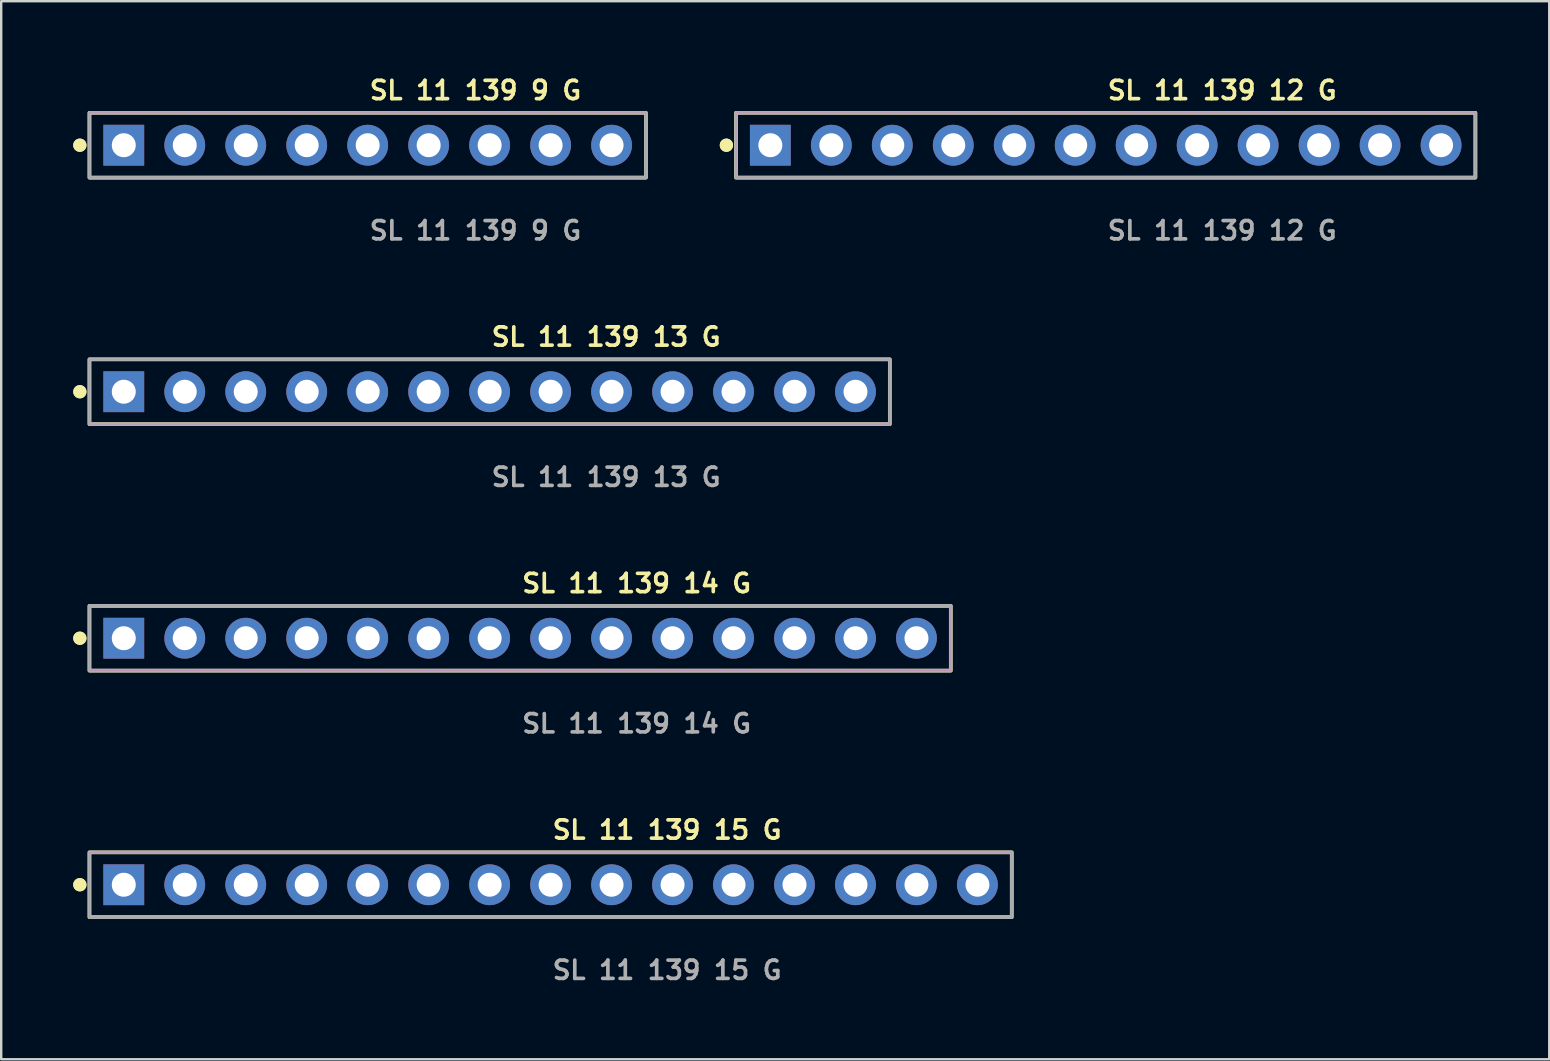
<source format=kicad_pcb>
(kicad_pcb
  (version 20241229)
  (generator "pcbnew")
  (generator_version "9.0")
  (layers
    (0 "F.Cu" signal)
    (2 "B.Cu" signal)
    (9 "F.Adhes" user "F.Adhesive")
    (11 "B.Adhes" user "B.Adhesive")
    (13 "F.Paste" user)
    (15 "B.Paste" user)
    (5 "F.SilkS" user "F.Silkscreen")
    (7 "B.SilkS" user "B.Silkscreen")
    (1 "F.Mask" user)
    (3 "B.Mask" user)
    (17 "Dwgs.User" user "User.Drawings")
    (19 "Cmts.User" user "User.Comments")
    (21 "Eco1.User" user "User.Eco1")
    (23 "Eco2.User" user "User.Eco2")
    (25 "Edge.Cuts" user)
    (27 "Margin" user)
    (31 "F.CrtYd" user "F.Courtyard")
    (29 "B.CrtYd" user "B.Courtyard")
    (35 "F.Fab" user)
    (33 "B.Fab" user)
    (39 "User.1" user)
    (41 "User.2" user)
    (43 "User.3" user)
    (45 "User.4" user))
  (footprint "SL 11 139 15 G"
    (layer "F.Cu")
    (at 19.886 33.805)
    (property "Reference" "SL 11 139 15 G" (at 0 -2.286 0) (unlocked yes) (layer "F.SilkS") (effects (font (size 0.762 0.762) (thickness 0.152)) (justify left)))
    (fp_rect (start -19.21 1.35) (end 19.21 -1.35) (stroke (width 0.152) (type solid)) (fill no) (layer "F.SilkS"))
    (fp_circle (center -19.61 0) (end -19.81 0) (stroke (width 0.152) (type solid)) (fill yes) (layer "F.SilkS"))
    (fp_circle (center -19.61 0) (end -19.81 0) (stroke (width 0.152) (type solid)) (fill yes) (layer "F.SilkS"))
    (fp_rect (start -19.21 1.35) (end 19.21 -1.35) (stroke (width 0.006) (type solid)) (fill no) (layer "F.CrtYd"))
    (fp_rect (start -19.21 1.35) (end 19.21 -1.35) (stroke (width 0.152) (type solid)) (fill no) (layer "F.Fab"))
    (fp_text user "${REFERENCE}" (at 0 3.556 0) (unlocked yes) (layer "F.Fab") (effects (font (size 0.762 0.762) (thickness 0.152)) (justify left)))
    (pad "1" thru_hole rect (at -17.78 0) (size 1.7 1.7) (drill 1) (layers "*.Cu" "*.Mask"))
    (pad "2" thru_hole circle (at -15.24 0) (size 1.7 1.7) (drill 1) (layers "*.Cu" "*.Mask"))
    (pad "3" thru_hole circle (at -12.7 0) (size 1.7 1.7) (drill 1) (layers "*.Cu" "*.Mask"))
    (pad "4" thru_hole circle (at -10.16 0) (size 1.7 1.7) (drill 1) (layers "*.Cu" "*.Mask"))
    (pad "5" thru_hole circle (at -7.62 0) (size 1.7 1.7) (drill 1) (layers "*.Cu" "*.Mask"))
    (pad "6" thru_hole circle (at -5.08 0) (size 1.7 1.7) (drill 1) (layers "*.Cu" "*.Mask"))
    (pad "7" thru_hole circle (at -2.54 0) (size 1.7 1.7) (drill 1) (layers "*.Cu" "*.Mask"))
    (pad "8" thru_hole circle (at 0 0) (size 1.7 1.7) (drill 1) (layers "*.Cu" "*.Mask"))
    (pad "9" thru_hole circle (at 2.54 0) (size 1.7 1.7) (drill 1) (layers "*.Cu" "*.Mask"))
    (pad "10" thru_hole circle (at 5.08 0) (size 1.7 1.7) (drill 1) (layers "*.Cu" "*.Mask"))
    (pad "11" thru_hole circle (at 7.62 0) (size 1.7 1.7) (drill 1) (layers "*.Cu" "*.Mask"))
    (pad "12" thru_hole circle (at 10.16 0) (size 1.7 1.7) (drill 1) (layers "*.Cu" "*.Mask"))
    (pad "13" thru_hole circle (at 12.7 0) (size 1.7 1.7) (drill 1) (layers "*.Cu" "*.Mask"))
    (pad "14" thru_hole circle (at 15.24 0) (size 1.7 1.7) (drill 1) (layers "*.Cu" "*.Mask"))
    (pad "15" thru_hole circle (at 17.78 0) (size 1.7 1.7) (drill 1) (layers "*.Cu" "*.Mask")))
  (footprint "SL 11 139 9 G"
    (layer "F.Cu")
    (at 12.266 2.999)
    (property "Reference" "SL 11 139 9 G" (at 0 -2.286 0) (unlocked yes) (layer "F.SilkS") (effects (font (size 0.762 0.762) (thickness 0.152)) (justify left)))
    (fp_rect (start -11.59 1.35) (end 11.59 -1.35) (stroke (width 0.152) (type solid)) (fill no) (layer "F.SilkS"))
    (fp_circle (center -11.99 0) (end -12.19 0) (stroke (width 0.152) (type solid)) (fill yes) (layer "F.SilkS"))
    (fp_circle (center -11.99 0) (end -12.19 0) (stroke (width 0.152) (type solid)) (fill yes) (layer "F.SilkS"))
    (fp_rect (start -11.59 1.35) (end 11.59 -1.35) (stroke (width 0.006) (type solid)) (fill no) (layer "F.CrtYd"))
    (fp_rect (start -11.59 1.35) (end 11.59 -1.35) (stroke (width 0.152) (type solid)) (fill no) (layer "F.Fab"))
    (fp_text user "${REFERENCE}" (at 0 3.556 0) (unlocked yes) (layer "F.Fab") (effects (font (size 0.762 0.762) (thickness 0.152)) (justify left)))
    (pad "1" thru_hole rect (at -10.16 0) (size 1.7 1.7) (drill 1) (layers "*.Cu" "*.Mask"))
    (pad "2" thru_hole circle (at -7.62 0) (size 1.7 1.7) (drill 1) (layers "*.Cu" "*.Mask"))
    (pad "3" thru_hole circle (at -5.08 0) (size 1.7 1.7) (drill 1) (layers "*.Cu" "*.Mask"))
    (pad "4" thru_hole circle (at -2.54 0) (size 1.7 1.7) (drill 1) (layers "*.Cu" "*.Mask"))
    (pad "5" thru_hole circle (at 0 0) (size 1.7 1.7) (drill 1) (layers "*.Cu" "*.Mask"))
    (pad "6" thru_hole circle (at 2.54 0) (size 1.7 1.7) (drill 1) (layers "*.Cu" "*.Mask"))
    (pad "7" thru_hole circle (at 5.08 0) (size 1.7 1.7) (drill 1) (layers "*.Cu" "*.Mask"))
    (pad "8" thru_hole circle (at 7.62 0) (size 1.7 1.7) (drill 1) (layers "*.Cu" "*.Mask"))
    (pad "9" thru_hole circle (at 10.16 0) (size 1.7 1.7) (drill 1) (layers "*.Cu" "*.Mask")))
  (footprint "SL 11 139 14 G"
    (layer "F.Cu")
    (at 18.616 23.536)
    (property "Reference" "SL 11 139 14 G" (at 0 -2.286 0) (unlocked yes) (layer "F.SilkS") (effects (font (size 0.762 0.762) (thickness 0.152)) (justify left)))
    (fp_rect (start -17.94 1.35) (end 17.94 -1.35) (stroke (width 0.152) (type solid)) (fill no) (layer "F.SilkS"))
    (fp_circle (center -18.34 0) (end -18.54 0) (stroke (width 0.152) (type solid)) (fill yes) (layer "F.SilkS"))
    (fp_circle (center -18.34 0) (end -18.54 0) (stroke (width 0.152) (type solid)) (fill yes) (layer "F.SilkS"))
    (fp_rect (start -17.94 1.35) (end 17.94 -1.35) (stroke (width 0.006) (type solid)) (fill no) (layer "F.CrtYd"))
    (fp_rect (start -17.94 1.35) (end 17.94 -1.35) (stroke (width 0.152) (type solid)) (fill no) (layer "F.Fab"))
    (fp_text user "${REFERENCE}" (at 0 3.556 0) (unlocked yes) (layer "F.Fab") (effects (font (size 0.762 0.762) (thickness 0.152)) (justify left)))
    (pad "1" thru_hole rect (at -16.51 0) (size 1.7 1.7) (drill 1) (layers "*.Cu" "*.Mask"))
    (pad "2" thru_hole circle (at -13.97 0) (size 1.7 1.7) (drill 1) (layers "*.Cu" "*.Mask"))
    (pad "3" thru_hole circle (at -11.43 0) (size 1.7 1.7) (drill 1) (layers "*.Cu" "*.Mask"))
    (pad "4" thru_hole circle (at -8.89 0) (size 1.7 1.7) (drill 1) (layers "*.Cu" "*.Mask"))
    (pad "5" thru_hole circle (at -6.35 0) (size 1.7 1.7) (drill 1) (layers "*.Cu" "*.Mask"))
    (pad "6" thru_hole circle (at -3.81 0) (size 1.7 1.7) (drill 1) (layers "*.Cu" "*.Mask"))
    (pad "7" thru_hole circle (at -1.27 0) (size 1.7 1.7) (drill 1) (layers "*.Cu" "*.Mask"))
    (pad "8" thru_hole circle (at 1.27 0) (size 1.7 1.7) (drill 1) (layers "*.Cu" "*.Mask"))
    (pad "9" thru_hole circle (at 3.81 0) (size 1.7 1.7) (drill 1) (layers "*.Cu" "*.Mask"))
    (pad "10" thru_hole circle (at 6.35 0) (size 1.7 1.7) (drill 1) (layers "*.Cu" "*.Mask"))
    (pad "11" thru_hole circle (at 8.89 0) (size 1.7 1.7) (drill 1) (layers "*.Cu" "*.Mask"))
    (pad "12" thru_hole circle (at 11.43 0) (size 1.7 1.7) (drill 1) (layers "*.Cu" "*.Mask"))
    (pad "13" thru_hole circle (at 13.97 0) (size 1.7 1.7) (drill 1) (layers "*.Cu" "*.Mask"))
    (pad "14" thru_hole circle (at 16.51 0) (size 1.7 1.7) (drill 1) (layers "*.Cu" "*.Mask")))
  (footprint "SL 11 139 13 G"
    (layer "F.Cu")
    (at 17.346 13.268)
    (property "Reference" "SL 11 139 13 G" (at 0 -2.286 0) (unlocked yes) (layer "F.SilkS") (effects (font (size 0.762 0.762) (thickness 0.152)) (justify left)))
    (fp_rect (start -16.67 1.35) (end 16.67 -1.35) (stroke (width 0.152) (type solid)) (fill no) (layer "F.SilkS"))
    (fp_circle (center -17.07 0) (end -17.27 0) (stroke (width 0.152) (type solid)) (fill yes) (layer "F.SilkS"))
    (fp_circle (center -17.07 0) (end -17.27 0) (stroke (width 0.152) (type solid)) (fill yes) (layer "F.SilkS"))
    (fp_rect (start -16.67 1.35) (end 16.67 -1.35) (stroke (width 0.006) (type solid)) (fill no) (layer "F.CrtYd"))
    (fp_rect (start -16.67 1.35) (end 16.67 -1.35) (stroke (width 0.152) (type solid)) (fill no) (layer "F.Fab"))
    (fp_text user "${REFERENCE}" (at 0 3.556 0) (unlocked yes) (layer "F.Fab") (effects (font (size 0.762 0.762) (thickness 0.152)) (justify left)))
    (pad "1" thru_hole rect (at -15.24 0) (size 1.7 1.7) (drill 1) (layers "*.Cu" "*.Mask"))
    (pad "2" thru_hole circle (at -12.7 0) (size 1.7 1.7) (drill 1) (layers "*.Cu" "*.Mask"))
    (pad "3" thru_hole circle (at -10.16 0) (size 1.7 1.7) (drill 1) (layers "*.Cu" "*.Mask"))
    (pad "4" thru_hole circle (at -7.62 0) (size 1.7 1.7) (drill 1) (layers "*.Cu" "*.Mask"))
    (pad "5" thru_hole circle (at -5.08 0) (size 1.7 1.7) (drill 1) (layers "*.Cu" "*.Mask"))
    (pad "6" thru_hole circle (at -2.54 0) (size 1.7 1.7) (drill 1) (layers "*.Cu" "*.Mask"))
    (pad "7" thru_hole circle (at 0 0) (size 1.7 1.7) (drill 1) (layers "*.Cu" "*.Mask"))
    (pad "8" thru_hole circle (at 2.54 0) (size 1.7 1.7) (drill 1) (layers "*.Cu" "*.Mask"))
    (pad "9" thru_hole circle (at 5.08 0) (size 1.7 1.7) (drill 1) (layers "*.Cu" "*.Mask"))
    (pad "10" thru_hole circle (at 7.62 0) (size 1.7 1.7) (drill 1) (layers "*.Cu" "*.Mask"))
    (pad "11" thru_hole circle (at 10.16 0) (size 1.7 1.7) (drill 1) (layers "*.Cu" "*.Mask"))
    (pad "12" thru_hole circle (at 12.7 0) (size 1.7 1.7) (drill 1) (layers "*.Cu" "*.Mask"))
    (pad "13" thru_hole circle (at 15.24 0) (size 1.7 1.7) (drill 1) (layers "*.Cu" "*.Mask")))
  (footprint "SL 11 139 12 G"
    (layer "F.Cu")
    (at 43.009 2.999)
    (property "Reference" "SL 11 139 12 G" (at 0 -2.286 0) (unlocked yes) (layer "F.SilkS") (effects (font (size 0.762 0.762) (thickness 0.152)) (justify left)))
    (fp_rect (start -15.4 1.35) (end 15.4 -1.35) (stroke (width 0.152) (type solid)) (fill no) (layer "F.SilkS"))
    (fp_circle (center -15.8 0) (end -16 0) (stroke (width 0.152) (type solid)) (fill yes) (layer "F.SilkS"))
    (fp_circle (center -15.8 0) (end -16 0) (stroke (width 0.152) (type solid)) (fill yes) (layer "F.SilkS"))
    (fp_rect (start -15.4 1.35) (end 15.4 -1.35) (stroke (width 0.006) (type solid)) (fill no) (layer "F.CrtYd"))
    (fp_rect (start -15.4 1.35) (end 15.4 -1.35) (stroke (width 0.152) (type solid)) (fill no) (layer "F.Fab"))
    (fp_text user "${REFERENCE}" (at 0 3.556 0) (unlocked yes) (layer "F.Fab") (effects (font (size 0.762 0.762) (thickness 0.152)) (justify left)))
    (pad "1" thru_hole rect (at -13.97 0) (size 1.7 1.7) (drill 1) (layers "*.Cu" "*.Mask"))
    (pad "2" thru_hole circle (at -11.43 0) (size 1.7 1.7) (drill 1) (layers "*.Cu" "*.Mask"))
    (pad "3" thru_hole circle (at -8.89 0) (size 1.7 1.7) (drill 1) (layers "*.Cu" "*.Mask"))
    (pad "4" thru_hole circle (at -6.35 0) (size 1.7 1.7) (drill 1) (layers "*.Cu" "*.Mask"))
    (pad "5" thru_hole circle (at -3.81 0) (size 1.7 1.7) (drill 1) (layers "*.Cu" "*.Mask"))
    (pad "6" thru_hole circle (at -1.27 0) (size 1.7 1.7) (drill 1) (layers "*.Cu" "*.Mask"))
    (pad "7" thru_hole circle (at 1.27 0) (size 1.7 1.7) (drill 1) (layers "*.Cu" "*.Mask"))
    (pad "8" thru_hole circle (at 3.81 0) (size 1.7 1.7) (drill 1) (layers "*.Cu" "*.Mask"))
    (pad "9" thru_hole circle (at 6.35 0) (size 1.7 1.7) (drill 1) (layers "*.Cu" "*.Mask"))
    (pad "10" thru_hole circle (at 8.89 0) (size 1.7 1.7) (drill 1) (layers "*.Cu" "*.Mask"))
    (pad "11" thru_hole circle (at 11.43 0) (size 1.7 1.7) (drill 1) (layers "*.Cu" "*.Mask"))
    (pad "12" thru_hole circle (at 13.97 0) (size 1.7 1.7) (drill 1) (layers "*.Cu" "*.Mask")))
  (gr_rect
    (start -3 -3)
    (end 61.485 41.074)
    (stroke (width 0.1) (type default))
    (fill no)
    (layer "Edge.Cuts")))
</source>
